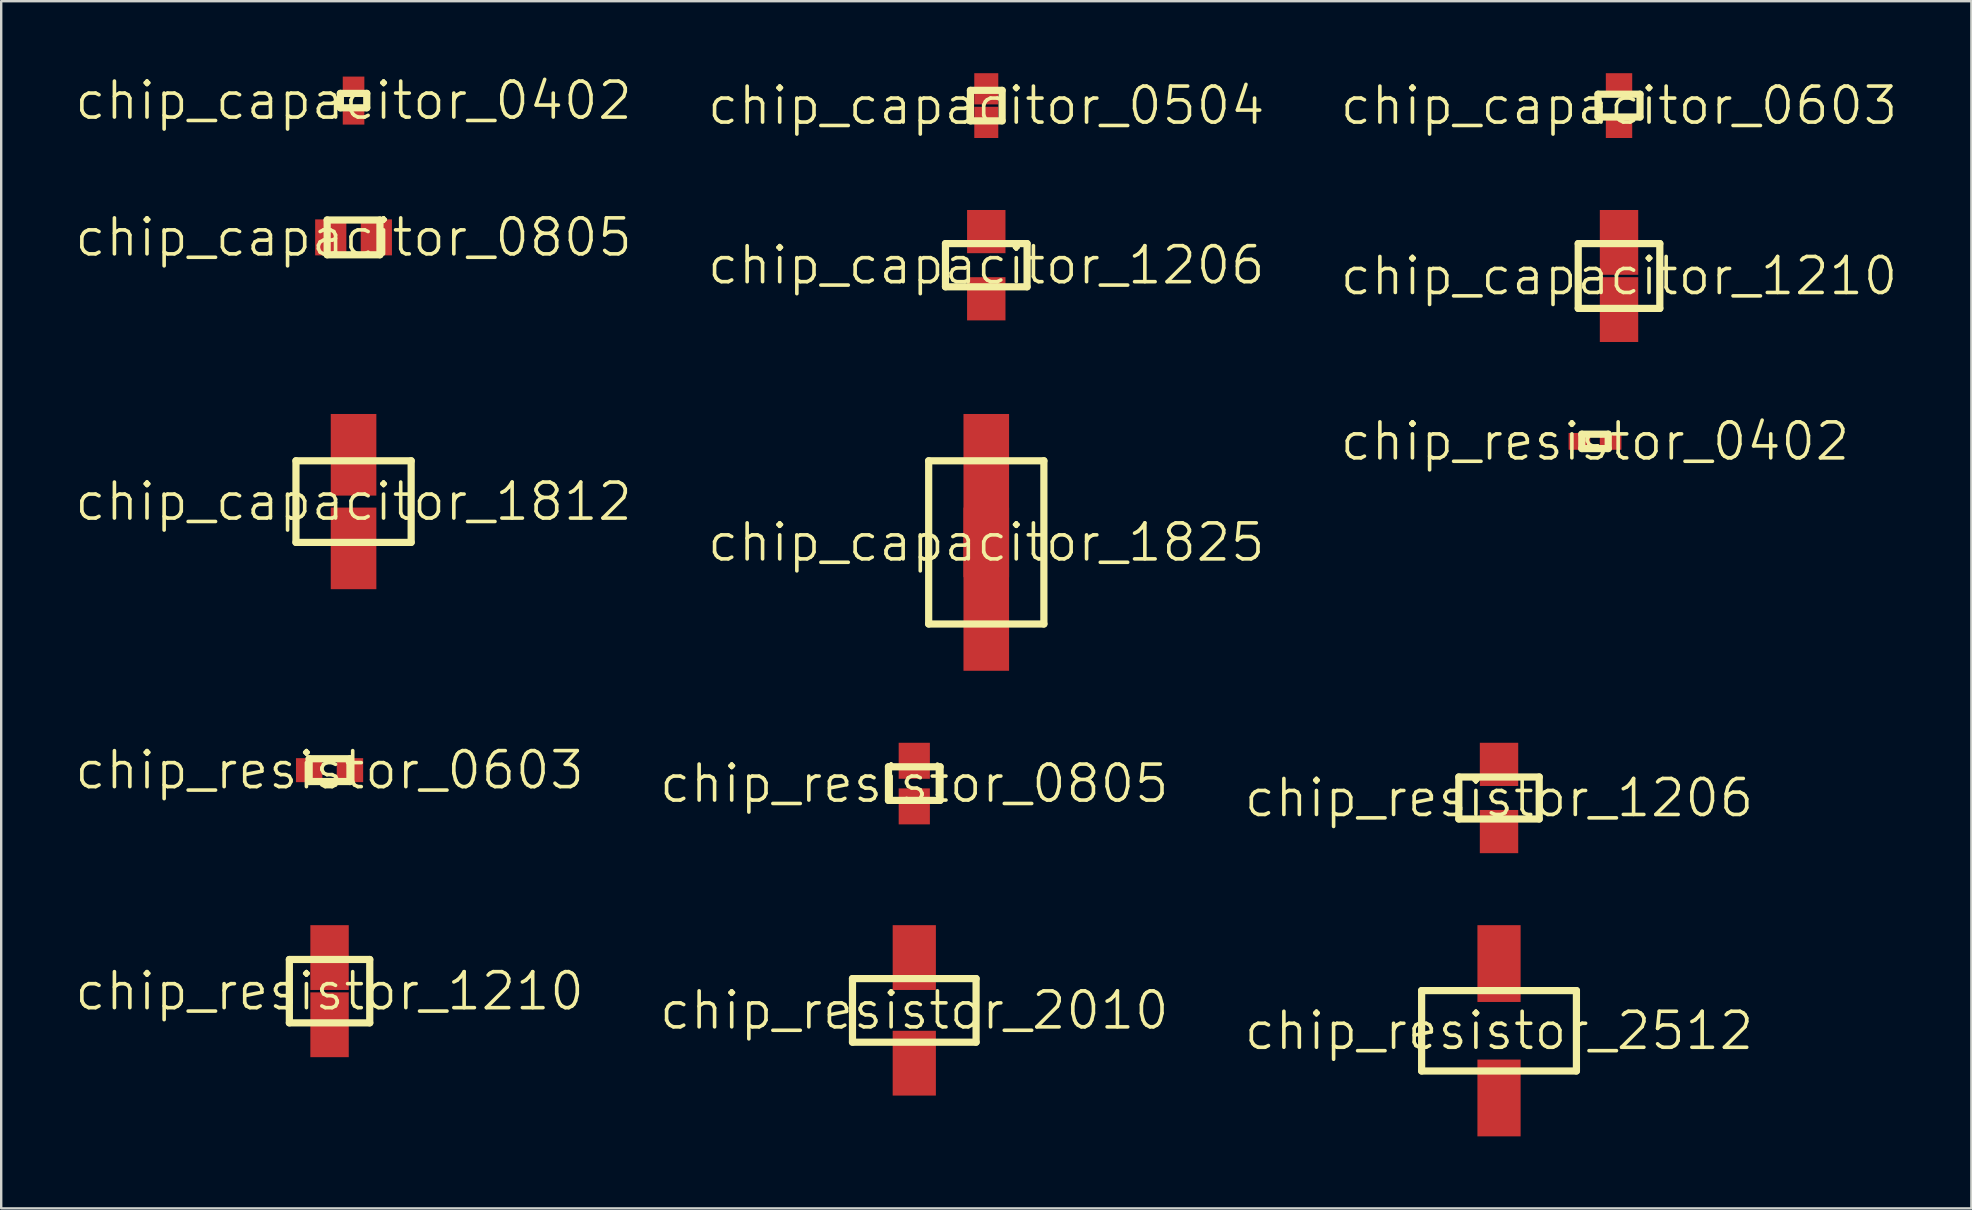
<source format=kicad_pcb>
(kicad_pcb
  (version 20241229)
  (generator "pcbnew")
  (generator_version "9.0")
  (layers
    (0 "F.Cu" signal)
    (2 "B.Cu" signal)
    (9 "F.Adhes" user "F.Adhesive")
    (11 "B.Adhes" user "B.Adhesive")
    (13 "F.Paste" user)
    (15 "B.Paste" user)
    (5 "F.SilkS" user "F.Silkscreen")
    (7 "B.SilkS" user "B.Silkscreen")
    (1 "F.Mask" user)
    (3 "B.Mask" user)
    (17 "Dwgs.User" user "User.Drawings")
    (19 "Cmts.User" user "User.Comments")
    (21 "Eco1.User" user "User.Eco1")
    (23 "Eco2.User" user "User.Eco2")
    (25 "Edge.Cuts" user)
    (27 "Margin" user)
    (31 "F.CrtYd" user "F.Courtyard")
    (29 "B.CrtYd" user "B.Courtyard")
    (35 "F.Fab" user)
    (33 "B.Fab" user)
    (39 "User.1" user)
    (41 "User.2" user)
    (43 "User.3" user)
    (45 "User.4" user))
  (footprint "chip_capacitor_0603"
    (layer "F.Cu")
    (at 64.411 1.35)
    (property "Reference" "chip_capacitor_0603" (at 0 0 0) (layer "F.SilkS") (effects (font (size 1.5 1.5) (thickness 0.15))))
    (attr smd)
    (fp_line (start -0.875 -0.475) (end 0.875 -0.475) (stroke (width 0.3) (type solid)) (layer "F.SilkS"))
    (fp_line (start -0.875 0.475) (end -0.875 -0.475) (stroke (width 0.3) (type solid)) (layer "F.SilkS"))
    (fp_line (start 0.875 -0.475) (end 0.875 0.475) (stroke (width 0.3) (type solid)) (layer "F.SilkS"))
    (fp_line (start 0.875 0.475) (end -0.875 0.475) (stroke (width 0.3) (type solid)) (layer "F.SilkS"))
    (pad "1" smd rect (at 0 -0.85) (size 1.1 1) (layers "F.Cu" "F.Mask" "F.Paste"))
    (pad "2" smd rect (at 0 0.85) (size 1.1 1) (layers "F.Cu" "F.Mask" "F.Paste")))
  (footprint "chip_resistor_0805"
    (layer "F.Cu")
    (at 35.046 29.6)
    (property "Reference" "chip_resistor_0805" (at 0 0 0) (layer "F.SilkS") (effects (font (size 1.5 1.5) (thickness 0.15))))
    (attr smd)
    (fp_line (start -1.075 -0.7) (end 1.075 -0.7) (stroke (width 0.3) (type solid)) (layer "F.SilkS"))
    (fp_line (start -1.075 0.7) (end -1.075 -0.7) (stroke (width 0.3) (type solid)) (layer "F.SilkS"))
    (fp_line (start 1.075 -0.7) (end 1.075 0.7) (stroke (width 0.3) (type solid)) (layer "F.SilkS"))
    (fp_line (start 1.075 0.7) (end -1.075 0.7) (stroke (width 0.3) (type solid)) (layer "F.SilkS"))
    (pad "1" smd rect (at 0 -0.95) (size 1.3 1.5) (layers "F.Cu" "F.Mask" "F.Paste"))
    (pad "2" smd rect (at 0 0.95) (size 1.3 1.5) (layers "F.Cu" "F.Mask" "F.Paste")))
  (footprint "chip_capacitor_1812"
    (layer "F.Cu")
    (at 11.682 17.85)
    (property "Reference" "chip_capacitor_1812" (at 0 0 0) (layer "F.SilkS") (effects (font (size 1.5 1.5) (thickness 0.15))))
    (attr smd)
    (fp_line (start -2.4 -1.7) (end 2.4 -1.7) (stroke (width 0.3) (type solid)) (layer "F.SilkS"))
    (fp_line (start -2.4 1.7) (end -2.4 -1.7) (stroke (width 0.3) (type solid)) (layer "F.SilkS"))
    (fp_line (start 2.4 -1.7) (end 2.4 1.7) (stroke (width 0.3) (type solid)) (layer "F.SilkS"))
    (fp_line (start 2.4 1.7) (end -2.4 1.7) (stroke (width 0.3) (type solid)) (layer "F.SilkS"))
    (pad "1" smd rect (at 0 -1.95) (size 1.9 3.4) (layers "F.Cu" "F.Mask" "F.Paste"))
    (pad "2" smd rect (at 0 1.95) (size 1.9 3.4) (layers "F.Cu" "F.Mask" "F.Paste")))
  (footprint "chip_capacitor_0805"
    (layer "F.Cu")
    (at 11.682 6.841)
    (property "Reference" "chip_capacitor_0805" (at 0 0 0) (layer "F.SilkS") (effects (font (size 1.5 1.5) (thickness 0.15))))
    (attr smd)
    (fp_line (start -1.1 -0.725) (end 1.1 -0.725) (stroke (width 0.3) (type solid)) (layer "F.SilkS"))
    (fp_line (start -1.1 0.725) (end -1.1 -0.725) (stroke (width 0.3) (type solid)) (layer "F.SilkS"))
    (fp_line (start 1.1 -0.725) (end 1.1 0.725) (stroke (width 0.3) (type solid)) (layer "F.SilkS"))
    (fp_line (start 1.1 0.725) (end -1.1 0.725) (stroke (width 0.3) (type solid)) (layer "F.SilkS"))
    (pad "1" smd rect (at -0.95 0) (size 1.3 1.5) (layers "F.Cu" "F.Mask" "F.Paste"))
    (pad "2" smd rect (at 0.95 0) (size 1.3 1.5) (layers "F.Cu" "F.Mask" "F.Paste")))
  (footprint "chip_capacitor_1206"
    (layer "F.Cu")
    (at 38.046 8)
    (property "Reference" "chip_capacitor_1206" (at 0 0 0) (layer "F.SilkS") (effects (font (size 1.5 1.5) (thickness 0.15))))
    (attr smd)
    (fp_line (start -1.7 -0.9) (end 1.7 -0.9) (stroke (width 0.3) (type solid)) (layer "F.SilkS"))
    (fp_line (start -1.7 0.9) (end -1.7 -0.9) (stroke (width 0.3) (type solid)) (layer "F.SilkS"))
    (fp_line (start 1.7 -0.9) (end 1.7 0.9) (stroke (width 0.3) (type solid)) (layer "F.SilkS"))
    (fp_line (start 1.7 0.9) (end -1.7 0.9) (stroke (width 0.3) (type solid)) (layer "F.SilkS"))
    (pad "1" smd rect (at 0 -1.4) (size 1.6 1.8) (layers "F.Cu" "F.Mask" "F.Paste"))
    (pad "2" smd rect (at 0 1.4) (size 1.6 1.8) (layers "F.Cu" "F.Mask" "F.Paste")))
  (footprint "chip_capacitor_1825"
    (layer "F.Cu")
    (at 38.046 19.55)
    (property "Reference" "chip_capacitor_1825" (at 0 0 0) (layer "F.SilkS") (effects (font (size 1.5 1.5) (thickness 0.15))))
    (attr smd)
    (fp_line (start -2.4 -3.4) (end 2.4 -3.4) (stroke (width 0.3) (type solid)) (layer "F.SilkS"))
    (fp_line (start -2.4 3.4) (end -2.4 -3.4) (stroke (width 0.3) (type solid)) (layer "F.SilkS"))
    (fp_line (start 2.4 -3.4) (end 2.4 3.4) (stroke (width 0.3) (type solid)) (layer "F.SilkS"))
    (fp_line (start 2.4 3.4) (end -2.4 3.4) (stroke (width 0.3) (type solid)) (layer "F.SilkS"))
    (pad "1" smd rect (at 0 -1.95) (size 1.9 6.8) (layers "F.Cu" "F.Mask" "F.Paste"))
    (pad "2" smd rect (at 0 1.95) (size 1.9 6.8) (layers "F.Cu" "F.Mask" "F.Paste")))
  (footprint "chip_capacitor_1210"
    (layer "F.Cu")
    (at 64.411 8.45)
    (property "Reference" "chip_capacitor_1210" (at 0 0 0) (layer "F.SilkS") (effects (font (size 1.5 1.5) (thickness 0.15))))
    (attr smd)
    (fp_line (start -1.7 -1.35) (end 1.7 -1.35) (stroke (width 0.3) (type solid)) (layer "F.SilkS"))
    (fp_line (start -1.7 1.35) (end -1.7 -1.35) (stroke (width 0.3) (type solid)) (layer "F.SilkS"))
    (fp_line (start 1.7 -1.35) (end 1.7 1.35) (stroke (width 0.3) (type solid)) (layer "F.SilkS"))
    (fp_line (start 1.7 1.35) (end -1.7 1.35) (stroke (width 0.3) (type solid)) (layer "F.SilkS"))
    (pad "1" smd rect (at 0 -1.4) (size 1.6 2.7) (layers "F.Cu" "F.Mask" "F.Paste"))
    (pad "2" smd rect (at 0 1.4) (size 1.6 2.7) (layers "F.Cu" "F.Mask" "F.Paste")))
  (footprint "chip_capacitor_0402"
    (layer "F.Cu")
    (at 11.682 1.141)
    (property "Reference" "chip_capacitor_0402" (at 0 0 0) (layer "F.SilkS") (effects (font (size 1.5 1.5) (thickness 0.15))))
    (attr smd)
    (fp_line (start -0.55 -0.3) (end 0.55 -0.3) (stroke (width 0.3) (type solid)) (layer "F.SilkS"))
    (fp_line (start -0.55 0.3) (end -0.55 -0.3) (stroke (width 0.3) (type solid)) (layer "F.SilkS"))
    (fp_line (start 0.55 -0.3) (end 0.55 0.3) (stroke (width 0.3) (type solid)) (layer "F.SilkS"))
    (fp_line (start 0.55 0.3) (end -0.55 0.3) (stroke (width 0.3) (type solid)) (layer "F.SilkS"))
    (pad "1" smd rect (at 0 -0.65) (size 0.9 0.7) (layers "F.Cu" "F.Mask" "F.Paste"))
    (pad "2" smd rect (at 0 0.65) (size 0.9 0.7) (layers "F.Cu" "F.Mask" "F.Paste")))
  (footprint "chip_resistor_1206"
    (layer "F.Cu")
    (at 59.411 30.2)
    (property "Reference" "chip_resistor_1206" (at 0 0 0) (layer "F.SilkS") (effects (font (size 1.5 1.5) (thickness 0.15))))
    (attr smd)
    (fp_line (start -1.675 -0.875) (end 1.675 -0.875) (stroke (width 0.3) (type solid)) (layer "F.SilkS"))
    (fp_line (start -1.675 0.875) (end -1.675 -0.875) (stroke (width 0.3) (type solid)) (layer "F.SilkS"))
    (fp_line (start 1.675 -0.875) (end 1.675 0.875) (stroke (width 0.3) (type solid)) (layer "F.SilkS"))
    (fp_line (start 1.675 0.875) (end -1.675 0.875) (stroke (width 0.3) (type solid)) (layer "F.SilkS"))
    (pad "1" smd rect (at 0 -1.4) (size 1.6 1.8) (layers "F.Cu" "F.Mask" "F.Paste"))
    (pad "2" smd rect (at 0 1.4) (size 1.6 1.8) (layers "F.Cu" "F.Mask" "F.Paste")))
  (footprint "chip_resistor_0603"
    (layer "F.Cu")
    (at 10.682 29.041)
    (property "Reference" "chip_resistor_0603" (at 0 0 0) (layer "F.SilkS") (effects (font (size 1.5 1.5) (thickness 0.15))))
    (attr smd)
    (fp_line (start -0.85 -0.475) (end 0.85 -0.475) (stroke (width 0.3) (type solid)) (layer "F.SilkS"))
    (fp_line (start -0.85 0.475) (end -0.85 -0.475) (stroke (width 0.3) (type solid)) (layer "F.SilkS"))
    (fp_line (start 0.85 -0.475) (end 0.85 0.475) (stroke (width 0.3) (type solid)) (layer "F.SilkS"))
    (fp_line (start 0.85 0.475) (end -0.85 0.475) (stroke (width 0.3) (type solid)) (layer "F.SilkS"))
    (pad "1" smd rect (at -0.85 0) (size 1.1 1) (layers "F.Cu" "F.Mask" "F.Paste"))
    (pad "2" smd rect (at 0.85 0) (size 1.1 1) (layers "F.Cu" "F.Mask" "F.Paste")))
  (footprint "chip_resistor_2512"
    (layer "F.Cu")
    (at 59.411 39.9)
    (property "Reference" "chip_resistor_2512" (at 0 0 0) (layer "F.SilkS") (effects (font (size 1.5 1.5) (thickness 0.15))))
    (attr smd)
    (fp_line (start -3.225 -1.675) (end 3.225 -1.675) (stroke (width 0.3) (type solid)) (layer "F.SilkS"))
    (fp_line (start -3.225 1.675) (end -3.225 -1.675) (stroke (width 0.3) (type solid)) (layer "F.SilkS"))
    (fp_line (start 3.225 -1.675) (end 3.225 1.675) (stroke (width 0.3) (type solid)) (layer "F.SilkS"))
    (fp_line (start 3.225 1.675) (end -3.225 1.675) (stroke (width 0.3) (type solid)) (layer "F.SilkS"))
    (pad "1" smd rect (at 0 -2.8) (size 1.8 3.2) (layers "F.Cu" "F.Mask" "F.Paste"))
    (pad "2" smd rect (at 0 2.8) (size 1.8 3.2) (layers "F.Cu" "F.Mask" "F.Paste")))
  (footprint "chip_resistor_1210"
    (layer "F.Cu")
    (at 10.682 38.25)
    (property "Reference" "chip_resistor_1210" (at 0 0 0) (layer "F.SilkS") (effects (font (size 1.5 1.5) (thickness 0.15))))
    (attr smd)
    (fp_line (start -1.675 -1.32) (end 1.675 -1.32) (stroke (width 0.3) (type solid)) (layer "F.SilkS"))
    (fp_line (start -1.675 1.32) (end -1.675 -1.32) (stroke (width 0.3) (type solid)) (layer "F.SilkS"))
    (fp_line (start 1.675 -1.32) (end 1.675 1.32) (stroke (width 0.3) (type solid)) (layer "F.SilkS"))
    (fp_line (start 1.675 1.32) (end -1.675 1.32) (stroke (width 0.3) (type solid)) (layer "F.SilkS"))
    (pad "1" smd rect (at 0 -1.4) (size 1.6 2.7) (layers "F.Cu" "F.Mask" "F.Paste"))
    (pad "2" smd rect (at 0 1.4) (size 1.6 2.7) (layers "F.Cu" "F.Mask" "F.Paste")))
  (footprint "chip_resistor_2010"
    (layer "F.Cu")
    (at 35.046 39.05)
    (property "Reference" "chip_resistor_2010" (at 0 0 0) (layer "F.SilkS") (effects (font (size 1.5 1.5) (thickness 0.15))))
    (attr smd)
    (fp_line (start -2.575 -1.325) (end 2.575 -1.325) (stroke (width 0.3) (type solid)) (layer "F.SilkS"))
    (fp_line (start -2.575 1.325) (end -2.575 -1.325) (stroke (width 0.3) (type solid)) (layer "F.SilkS"))
    (fp_line (start 2.575 -1.325) (end 2.575 1.325) (stroke (width 0.3) (type solid)) (layer "F.SilkS"))
    (fp_line (start 2.575 1.325) (end -2.575 1.325) (stroke (width 0.3) (type solid)) (layer "F.SilkS"))
    (pad "1" smd rect (at 0 -2.2) (size 1.8 2.7) (layers "F.Cu" "F.Mask" "F.Paste"))
    (pad "2" smd rect (at 0 2.2) (size 1.8 2.7) (layers "F.Cu" "F.Mask" "F.Paste")))
  (footprint "chip_capacitor_0504"
    (layer "F.Cu")
    (at 38.046 1.35)
    (property "Reference" "chip_capacitor_0504" (at 0 0 0) (layer "F.SilkS") (effects (font (size 1.5 1.5) (thickness 0.15))))
    (attr smd)
    (fp_line (start -0.66 -0.635) (end 0.66 -0.635) (stroke (width 0.3) (type solid)) (layer "F.SilkS"))
    (fp_line (start -0.66 0.635) (end -0.66 -0.635) (stroke (width 0.3) (type solid)) (layer "F.SilkS"))
    (fp_line (start 0.66 -0.635) (end 0.66 0.635) (stroke (width 0.3) (type solid)) (layer "F.SilkS"))
    (fp_line (start 0.66 0.635) (end -0.66 0.635) (stroke (width 0.3) (type solid)) (layer "F.SilkS"))
    (pad "1" smd rect (at 0 -0.7) (size 1 1.3) (layers "F.Cu" "F.Mask" "F.Paste"))
    (pad "2" smd rect (at 0 0.7) (size 1 1.3) (layers "F.Cu" "F.Mask" "F.Paste")))
  (footprint "chip_resistor_0402"
    (layer "F.Cu")
    (at 63.411 15.341)
    (property "Reference" "chip_resistor_0402" (at 0 0 0) (layer "F.SilkS") (effects (font (size 1.5 1.5) (thickness 0.15))))
    (attr smd)
    (fp_line (start -0.55 -0.3) (end 0.55 -0.3) (stroke (width 0.3) (type solid)) (layer "F.SilkS"))
    (fp_line (start -0.55 0.3) (end -0.55 -0.3) (stroke (width 0.3) (type solid)) (layer "F.SilkS"))
    (fp_line (start 0.55 -0.3) (end 0.55 0.3) (stroke (width 0.3) (type solid)) (layer "F.SilkS"))
    (fp_line (start 0.55 0.3) (end -0.55 0.3) (stroke (width 0.3) (type solid)) (layer "F.SilkS"))
    (pad "1" smd rect (at -0.65 0) (size 0.9 0.7) (layers "F.Cu" "F.Mask" "F.Paste"))
    (pad "2" smd rect (at 0.65 0) (size 0.9 0.7) (layers "F.Cu" "F.Mask" "F.Paste")))
  (gr_rect
    (start -3 -3)
    (end 79.093 47.3)
    (stroke (width 0.1) (type default))
    (fill no)
    (layer "Edge.Cuts")))
</source>
